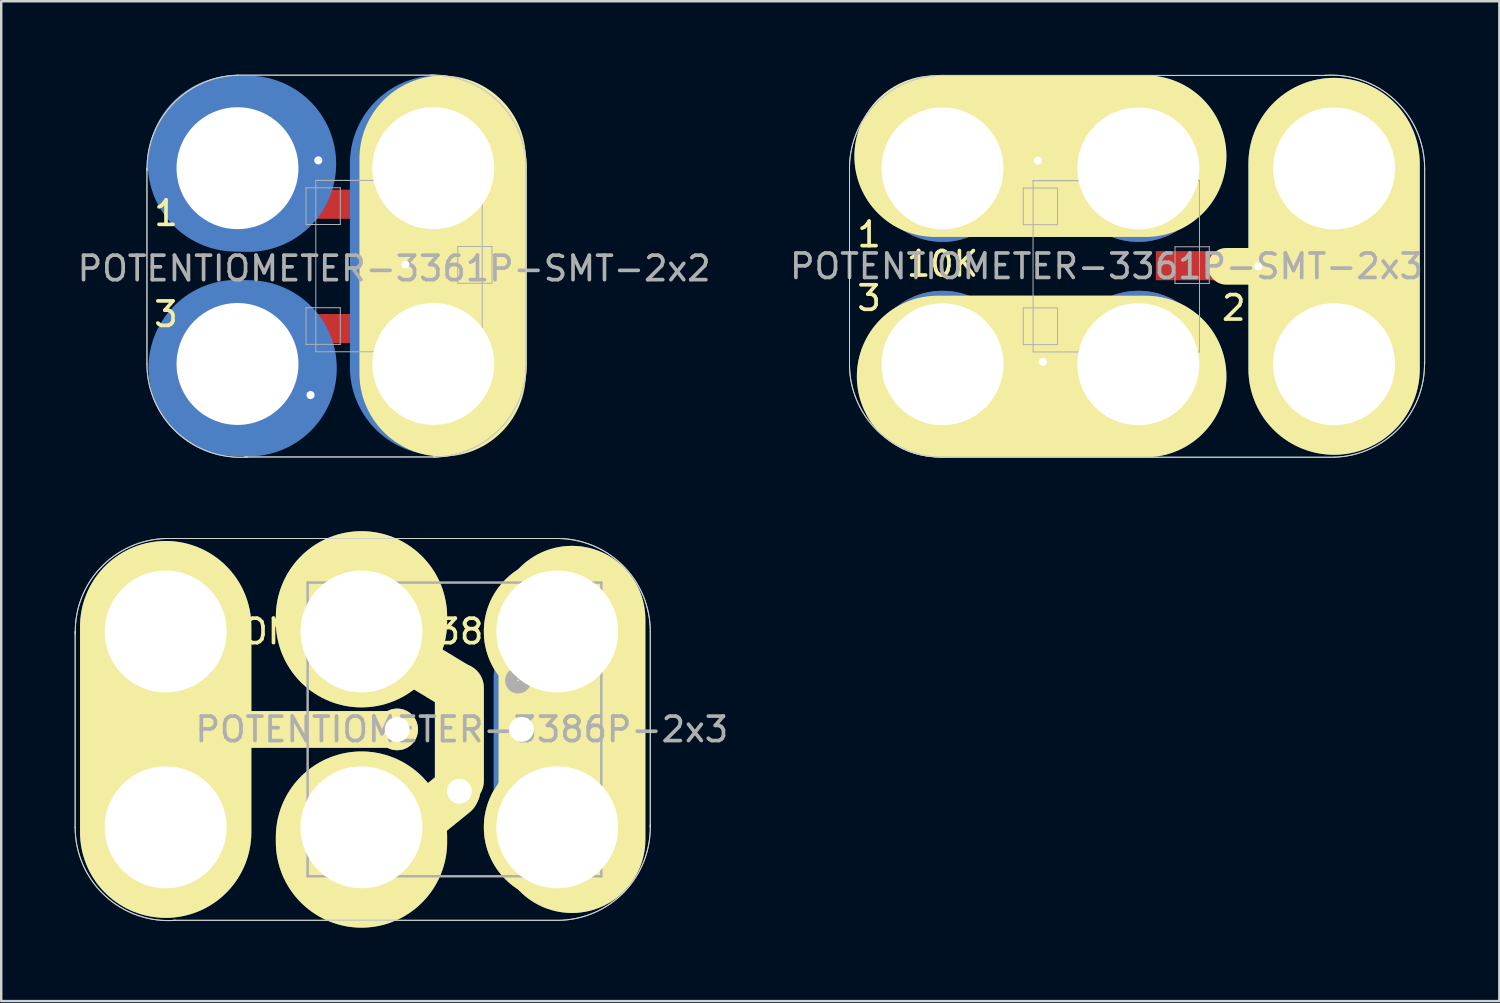
<source format=kicad_pcb>
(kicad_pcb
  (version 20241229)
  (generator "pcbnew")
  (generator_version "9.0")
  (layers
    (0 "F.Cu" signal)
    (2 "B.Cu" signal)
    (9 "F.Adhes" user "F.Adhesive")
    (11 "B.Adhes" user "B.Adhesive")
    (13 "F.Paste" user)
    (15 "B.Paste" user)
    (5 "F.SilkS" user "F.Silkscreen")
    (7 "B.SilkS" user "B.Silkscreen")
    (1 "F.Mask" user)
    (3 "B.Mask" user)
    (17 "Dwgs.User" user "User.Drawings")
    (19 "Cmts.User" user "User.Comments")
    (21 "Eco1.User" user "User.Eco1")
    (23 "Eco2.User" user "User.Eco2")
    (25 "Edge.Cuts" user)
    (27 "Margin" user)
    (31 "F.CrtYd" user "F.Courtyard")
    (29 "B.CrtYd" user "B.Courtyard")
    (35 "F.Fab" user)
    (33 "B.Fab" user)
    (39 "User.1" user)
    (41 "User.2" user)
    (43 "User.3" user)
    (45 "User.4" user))
  (footprint "POTENTIOMETER-3361P-SMT-2x3"
    (layer "F.Cu")
    (at 35.461 11.832)
    (property "Reference" "POTENTIOMETER-3361P-SMT-2x3" (at 6.7 -4 180) (layer "F.Fab") (effects (font (size 1 1) (thickness 0.15))))
    (attr through_hole)
    (fp_line (start 3.9 -8.3) (end 3.9 -7) (stroke (width 0.5) (type solid)) (layer "F.Cu"))
    (fp_line (start 4.1 -0.1) (end 4.1 -1.4) (stroke (width 0.5) (type solid)) (layer "F.Cu"))
    (fp_line (start 12.9 -4) (end 11.6 -4) (stroke (width 0.5) (type solid)) (layer "F.Cu"))
    (fp_line (start 8.3 -8.5) (end -0.3 -8.5) (stroke (width 6.6) (type solid)) (layer "B.Cu"))
    (fp_line (start 8.3 0.5) (end -0.2 0.5) (stroke (width 6.6) (type solid)) (layer "B.Cu"))
    (fp_line (start 16 -8.2) (end 16 0.2) (stroke (width 7) (type solid)) (layer "B.Cu"))
    (fp_line (start 8.3 -8.5) (end -0.3 -8.5) (stroke (width 6.6) (type solid)) (layer "B.Mask"))
    (fp_line (start 8.3 0.5) (end -0.2 0.5) (stroke (width 6.6) (type solid)) (layer "B.Mask"))
    (fp_line (start 16 -8.2) (end 16 0.2) (stroke (width 7) (type solid)) (layer "B.Mask"))
    (fp_line (start 8.3 -8.5) (end -0.3 -8.5) (stroke (width 6.6) (type solid)) (layer "F.SilkS"))
    (fp_line (start 8.3 0.5) (end -0.2 0.5) (stroke (width 6.6) (type solid)) (layer "F.SilkS"))
    (fp_line (start 11.6 -4) (end 16 -4) (stroke (width 1.5) (type solid)) (layer "F.SilkS"))
    (fp_line (start 16 -8.2) (end 16 0.2) (stroke (width 7) (type solid)) (layer "F.SilkS"))
    (fp_line (start -3.8 0) (end -3.8 -8) (stroke (width 0.041) (type solid)) (layer "Edge.Cuts"))
    (fp_line (start 0 -11.8) (end 15.7 -11.8) (stroke (width 0.041) (type solid)) (layer "Edge.Cuts"))
    (fp_line (start 0 3.8) (end 16 3.8) (stroke (width 0.041) (type solid)) (layer "Edge.Cuts"))
    (fp_line (start 19.7 0) (end 19.7 -8) (stroke (width 0.041) (type solid)) (layer "Edge.Cuts"))
    (fp_arc (start -3.8 -7.9) (mid -2.723062 -10.652345) (end 0 -11.801316) (stroke (width 0.04064) (type solid)) (layer "Edge.Cuts"))
    (fp_arc (start 0.1 3.8) (mid -2.652345 2.723062) (end -3.801316 0) (stroke (width 0.04064) (type solid)) (layer "Edge.Cuts"))
    (fp_arc (start 15.588176 -11.8) (mid 18.475303 -10.799424) (end 19.7 -8) (stroke (width 0.04064) (type solid)) (layer "Edge.Cuts"))
    (fp_arc (start 19.693368 -0.09982) (mid 18.653367 2.614068) (end 16 3.8) (stroke (width 0.04064) (type solid)) (layer "Edge.Cuts"))
    (fp_line (start -3.8 0) (end -3.8 -8) (stroke (width 0.041) (type solid)) (layer "F.Fab"))
    (fp_line (start 0 -11.8) (end 15.7 -11.8) (stroke (width 0.041) (type solid)) (layer "F.Fab"))
    (fp_line (start 0 3.8) (end 16 3.8) (stroke (width 0.041) (type solid)) (layer "F.Fab"))
    (fp_line (start 3.3 -7.2) (end 4.7 -7.2) (stroke (width 0.041) (type solid)) (layer "F.Fab"))
    (fp_line (start 3.3 -5.7) (end 3.3 -7.2) (stroke (width 0.041) (type solid)) (layer "F.Fab"))
    (fp_line (start 3.3 -2.3) (end 4.7 -2.3) (stroke (width 0.041) (type solid)) (layer "F.Fab"))
    (fp_line (start 3.3 -0.8) (end 3.3 -2.3) (stroke (width 0.041) (type solid)) (layer "F.Fab"))
    (fp_line (start 3.7 -7.5) (end 10.5 -7.5) (stroke (width 0.041) (type solid)) (layer "F.Fab"))
    (fp_line (start 3.7 -7.5) (end 10.5 -7.5) (stroke (width 0.041) (type solid)) (layer "F.Fab"))
    (fp_line (start 3.7 -0.5) (end 3.7 -7.5) (stroke (width 0.041) (type solid)) (layer "F.Fab"))
    (fp_line (start 4.7 -7.2) (end 4.7 -5.7) (stroke (width 0.041) (type solid)) (layer "F.Fab"))
    (fp_line (start 4.7 -5.7) (end 3.3 -5.7) (stroke (width 0.041) (type solid)) (layer "F.Fab"))
    (fp_line (start 4.7 -2.3) (end 4.7 -0.8) (stroke (width 0.041) (type solid)) (layer "F.Fab"))
    (fp_line (start 4.7 -0.8) (end 3.3 -0.8) (stroke (width 0.041) (type solid)) (layer "F.Fab"))
    (fp_line (start 9.5 -4.8) (end 10.9 -4.8) (stroke (width 0.041) (type solid)) (layer "F.Fab"))
    (fp_line (start 9.5 -3.3) (end 9.5 -4.8) (stroke (width 0.041) (type solid)) (layer "F.Fab"))
    (fp_line (start 10.5 -7.5) (end 10.5 -0.5) (stroke (width 0.041) (type solid)) (layer "F.Fab"))
    (fp_line (start 10.5 -0.5) (end 3.7 -0.5) (stroke (width 0.041) (type solid)) (layer "F.Fab"))
    (fp_line (start 10.9 -4.8) (end 10.9 -3.3) (stroke (width 0.041) (type solid)) (layer "F.Fab"))
    (fp_line (start 10.9 -3.3) (end 9.5 -3.3) (stroke (width 0.041) (type solid)) (layer "F.Fab"))
    (fp_line (start 19.7 0) (end 19.7 -8) (stroke (width 0.041) (type solid)) (layer "F.Fab"))
    (fp_arc (start -3.8 -7.9) (mid -2.723062 -10.652345) (end 0 -11.801316) (stroke (width 0.04064) (type solid)) (layer "F.Fab"))
    (fp_arc (start 0.1 3.8) (mid -2.652345 2.723062) (end -3.801316 0) (stroke (width 0.04064) (type solid)) (layer "F.Fab"))
    (fp_arc (start 15.588176 -11.8) (mid 18.475303 -10.799424) (end 19.7 -8) (stroke (width 0.04064) (type solid)) (layer "F.Fab"))
    (fp_arc (start 19.693368 -0.09982) (mid 18.653367 2.614068) (end 16 3.8) (stroke (width 0.04064) (type solid)) (layer "F.Fab"))
    (fp_text user "3" (at -3 -2.7 180) (layer "F.SilkS") (effects (font (size 1 1) (thickness 0.15))))
    (fp_text user "1" (at -3 -5.3 180) (layer "F.SilkS") (effects (font (size 1 1) (thickness 0.15))))
    (fp_text user "2" (at 11.9 -2.3 0) (layer "F.SilkS") (effects (font (size 1 1) (thickness 0.15))))
    (fp_text user "10K" (at 0 -4.1 180) (layer "F.SilkS") (effects (font (size 1 1) (thickness 0.15))))
    (pad "" thru_hole circle (at 0 -8 180) (size 6 6) (drill 4.98) (layers "*.Cu" "B.Mask"))
    (pad "" thru_hole circle (at 0 0 180) (size 6 6) (drill 4.98) (layers "*.Cu" "B.Mask"))
    (pad "" thru_hole circle (at 3.902 -8.319) (size 0.686 0.686) (drill 0.33) (layers "*.Cu" "B.Mask"))
    (pad "" thru_hole circle (at 4.1 -0.1 180) (size 0.686 0.686) (drill 0.33) (layers "*.Cu" "B.Mask"))
    (pad "" thru_hole circle (at 8 -8 180) (size 6 6) (drill 4.98) (layers "*.Cu" "B.Mask"))
    (pad "" thru_hole circle (at 8 0 180) (size 6 6) (drill 4.98) (layers "*.Cu" "B.Mask"))
    (pad "" thru_hole circle (at 12.9 -4 180) (size 0.686 0.686) (drill 0.33) (layers "*.Cu" "B.Mask"))
    (pad "" thru_hole circle (at 16 -8 180) (size 6 6) (drill 4.98) (layers "*.Cu" "B.Mask"))
    (pad "" thru_hole circle (at 16 0 180) (size 6 6) (drill 4.98) (layers "*.Cu" "B.Mask"))
    (pad "1" smd rect (at 3.966 -6.527 270) (size 1.19 2.6) (layers "F.Cu" "F.Mask" "F.Paste"))
    (pad "2" smd rect (at 10.366 -4.027 270) (size 1.19 3.3) (layers "F.Cu" "F.Mask" "F.Paste"))
    (pad "3" smd rect (at 3.966 -1.446 270) (size 1.19 2.6) (layers "F.Cu" "F.Mask" "F.Paste")))
  (footprint "POTENTIOMETER-3361P-SMT-2x2"
    (layer "F.Cu")
    (at 6.654 11.822)
    (property "Reference" "POTENTIOMETER-3361P-SMT-2x2" (at 6.4 -3.9 0) (layer "F.Fab") (effects (font (size 1 1) (thickness 0.15))))
    (attr through_hole)
    (fp_line (start 2.985 -1.651) (end 2.984 1.371) (stroke (width 0.5) (type solid)) (layer "F.Cu"))
    (fp_line (start 3.302 -6.54) (end 3.302 -8.319) (stroke (width 0.5) (type solid)) (layer "F.Cu"))
    (fp_line (start 6.795 -4.064) (end 9.081 -4.064) (stroke (width 0.5) (type solid)) (layer "F.Cu"))
    (fp_line (start -0.064 -8.191) (end 0.432 -8.179) (stroke (width 7.2) (type solid)) (layer "B.Cu"))
    (fp_line (start -0.038 0.165) (end 0.457 0.178) (stroke (width 7.2) (type solid)) (layer "B.Cu"))
    (fp_line (start 2.985 -0.444) (end 2.985 0.509) (stroke (width 0.5) (type solid)) (layer "B.Cu"))
    (fp_line (start 7.939 0.318) (end 7.939 -8.445) (stroke (width 0.5) (type solid)) (layer "B.Cu"))
    (fp_line (start 8.193 0.127) (end 8.193 -8.191) (stroke (width 7.2) (type solid)) (layer "B.Cu"))
    (fp_line (start -0.064 -8.191) (end 0.406 -8.179) (stroke (width 7.2) (type solid)) (layer "B.Mask"))
    (fp_line (start -0.038 0.165) (end 0.432 0.178) (stroke (width 7.2) (type solid)) (layer "B.Mask"))
    (fp_line (start 7.939 0.318) (end 7.939 -8.445) (stroke (width 0.5) (type solid)) (layer "B.Mask"))
    (fp_line (start 8.193 0.127) (end 8.193 -8.191) (stroke (width 7.2) (type solid)) (layer "B.Mask"))
    (fp_line (start 8.382 0.381) (end 8.382 -8.382) (stroke (width 6.8) (type solid)) (layer "F.SilkS"))
    (fp_line (start -3.7 -8) (end -3.7 0) (stroke (width 0.041) (type solid)) (layer "Edge.Cuts"))
    (fp_line (start 8 -11.8) (end 0 -11.8) (stroke (width 0.041) (type solid)) (layer "Edge.Cuts"))
    (fp_line (start 8.1 3.8) (end 0.3 3.8) (stroke (width 0.041) (type solid)) (layer "Edge.Cuts"))
    (fp_line (start 11.8 -8) (end 11.8 0) (stroke (width 0.041) (type solid)) (layer "Edge.Cuts"))
    (fp_arc (start -3.693368 -7.90018) (mid -2.653367 -10.614068) (end 0 -11.8) (stroke (width 0.04064) (type solid)) (layer "Edge.Cuts"))
    (fp_arc (start 0.411824 3.8) (mid -2.475303 2.799424) (end -3.7 0) (stroke (width 0.04064) (type solid)) (layer "Edge.Cuts"))
    (fp_arc (start 7.9 -11.8) (mid 10.652345 -10.723062) (end 11.801316 -8) (stroke (width 0.04064) (type solid)) (layer "Edge.Cuts"))
    (fp_arc (start 11.8 -0.1) (mid 10.723062 2.652345) (end 8 3.801316) (stroke (width 0.04064) (type solid)) (layer "Edge.Cuts"))
    (fp_line (start -3.7 -8) (end -3.7 0) (stroke (width 0.041) (type solid)) (layer "F.Fab"))
    (fp_line (start 2.8 -7.2) (end 4.2 -7.2) (stroke (width 0.041) (type solid)) (layer "F.Fab"))
    (fp_line (start 2.8 -5.7) (end 2.8 -7.2) (stroke (width 0.041) (type solid)) (layer "F.Fab"))
    (fp_line (start 2.8 -2.3) (end 4.2 -2.3) (stroke (width 0.041) (type solid)) (layer "F.Fab"))
    (fp_line (start 2.8 -0.8) (end 2.8 -2.3) (stroke (width 0.041) (type solid)) (layer "F.Fab"))
    (fp_line (start 3.2 -7.5) (end 10 -7.5) (stroke (width 0.041) (type solid)) (layer "F.Fab"))
    (fp_line (start 3.2 -7.5) (end 10 -7.5) (stroke (width 0.041) (type solid)) (layer "F.Fab"))
    (fp_line (start 3.2 -0.5) (end 3.2 -7.5) (stroke (width 0.041) (type solid)) (layer "F.Fab"))
    (fp_line (start 4.2 -7.2) (end 4.2 -5.7) (stroke (width 0.041) (type solid)) (layer "F.Fab"))
    (fp_line (start 4.2 -5.7) (end 2.8 -5.7) (stroke (width 0.041) (type solid)) (layer "F.Fab"))
    (fp_line (start 4.2 -2.3) (end 4.2 -0.8) (stroke (width 0.041) (type solid)) (layer "F.Fab"))
    (fp_line (start 4.2 -0.8) (end 2.8 -0.8) (stroke (width 0.041) (type solid)) (layer "F.Fab"))
    (fp_line (start 8.1 -11.8) (end 0 -11.8) (stroke (width 0.041) (type solid)) (layer "F.Fab"))
    (fp_line (start 8.2 3.8) (end 0.3 3.8) (stroke (width 0.041) (type solid)) (layer "F.Fab"))
    (fp_line (start 9 -4.8) (end 10.4 -4.8) (stroke (width 0.041) (type solid)) (layer "F.Fab"))
    (fp_line (start 9 -3.3) (end 9 -4.8) (stroke (width 0.041) (type solid)) (layer "F.Fab"))
    (fp_line (start 10 -7.5) (end 10 -0.5) (stroke (width 0.041) (type solid)) (layer "F.Fab"))
    (fp_line (start 10 -0.5) (end 3.2 -0.5) (stroke (width 0.041) (type solid)) (layer "F.Fab"))
    (fp_line (start 10.4 -4.8) (end 10.4 -3.3) (stroke (width 0.041) (type solid)) (layer "F.Fab"))
    (fp_line (start 10.4 -3.3) (end 9 -3.3) (stroke (width 0.041) (type solid)) (layer "F.Fab"))
    (fp_line (start 11.8 -8) (end 11.8 0) (stroke (width 0.041) (type solid)) (layer "F.Fab"))
    (fp_arc (start -3.693368 -7.90018) (mid -2.653367 -10.614068) (end 0 -11.8) (stroke (width 0.04064) (type solid)) (layer "F.Fab"))
    (fp_arc (start 0.411824 3.8) (mid -2.475303 2.799424) (end -3.7 0) (stroke (width 0.04064) (type solid)) (layer "F.Fab"))
    (fp_arc (start 7.9 -11.8) (mid 10.652345 -10.723062) (end 11.801316 -8) (stroke (width 0.04064) (type solid)) (layer "F.Fab"))
    (fp_arc (start 11.8 -0.1) (mid 10.723062 2.652345) (end 8 3.801316) (stroke (width 0.04064) (type solid)) (layer "F.Fab"))
    (fp_text user "3" (at -2.921 -2.032 0) (layer "F.SilkS") (effects (font (size 1 1) (thickness 0.15))))
    (fp_text user "1" (at -2.921 -6.16 0) (layer "F.SilkS") (effects (font (size 1 1) (thickness 0.15))))
    (pad "" np_thru_hole circle (at 0 -8) (size 4.98 4.98) (drill 4.98) (layers "*.Cu" "B.Mask"))
    (pad "" np_thru_hole circle (at 0 0) (size 4.98 4.98) (drill 4.98) (layers "*.Cu" "B.Mask"))
    (pad "" thru_hole circle (at 2.985 1.27 180) (size 0.686 0.686) (drill 0.33) (layers "*.Cu" "B.Mask"))
    (pad "" thru_hole circle (at 3.302 -8.319) (size 0.686 0.686) (drill 0.33) (layers "*.Cu" "B.Mask"))
    (pad "" thru_hole circle (at 6.858 -4.064 180) (size 0.686 0.686) (drill 0.33) (layers "*.Cu" "B.Mask"))
    (pad "" np_thru_hole circle (at 8 -8) (size 4.98 4.98) (drill 4.98) (layers "*.Cu" "B.Mask"))
    (pad "" np_thru_hole circle (at 8 0) (size 4.98 4.98) (drill 4.98) (layers "*.Cu" "B.Mask"))
    (pad "1" smd rect (at 3.365 -6.527 270) (size 1.19 3.3) (layers "F.Cu" "F.Mask" "F.Paste"))
    (pad "2" smd rect (at 9.765 -4.027 270) (size 1.19 3.3) (layers "F.Cu" "F.Mask" "F.Paste"))
    (pad "3" smd rect (at 3.365 -1.446 270) (size 1.19 3.3) (layers "F.Cu" "F.Mask" "F.Paste")))
  (footprint "POTENTIOMETER-3386P-2x3"
    (layer "F.Cu")
    (at 3.72 30.754)
    (property "Reference" "POTENTIOMETER-3386P-2x3" (at 8 -8 0) (layer "F.SilkS") (effects (font (size 1 1) (thickness 0.15))))
    (attr through_hole)
    (fp_line (start 0 0.2) (end 0 -8.2) (stroke (width 7) (type solid)) (layer "B.Cu"))
    (fp_line (start 8 -8.4) (end 8 -8.6) (stroke (width 7) (type solid)) (layer "B.Cu"))
    (fp_line (start 8 0.4) (end 8 0.6) (stroke (width 7) (type solid)) (layer "B.Cu"))
    (fp_line (start 9.1 -4) (end 0 -4) (stroke (width 1.5) (type solid)) (layer "B.Cu"))
    (fp_line (start 11.8 -5.8) (end 8 -8.1) (stroke (width 2) (type solid)) (layer "B.Cu"))
    (fp_line (start 11.8 -1.4) (end 8.1 1.6) (stroke (width 2) (type solid)) (layer "B.Cu"))
    (fp_line (start 12 -1.9) (end 12 -5.7) (stroke (width 2) (type solid)) (layer "B.Cu"))
    (fp_line (start 14.4 -1.6) (end 14.4 -6.2) (stroke (width 2) (type solid)) (layer "B.Cu"))
    (fp_line (start 16.6 -8.5) (end 16.6 0.5) (stroke (width 6) (type solid)) (layer "B.Cu"))
    (fp_line (start 0 0.2) (end 0 -8.2) (stroke (width 7) (type solid)) (layer "B.Mask"))
    (fp_line (start 8 -8.4) (end 8 -8.6) (stroke (width 7) (type solid)) (layer "B.Mask"))
    (fp_line (start 8 0.4) (end 8 0.6) (stroke (width 7) (type solid)) (layer "B.Mask"))
    (fp_line (start 9.1 -4) (end 0 -4) (stroke (width 1.5) (type solid)) (layer "B.Mask"))
    (fp_line (start 11.8 -5.8) (end 8 -8.1) (stroke (width 2) (type solid)) (layer "B.Mask"))
    (fp_line (start 11.8 -1.4) (end 8.1 1.6) (stroke (width 2) (type solid)) (layer "B.Mask"))
    (fp_line (start 12 -1.9) (end 12 -5.7) (stroke (width 2) (type solid)) (layer "B.Mask"))
    (fp_line (start 14.4 -1.6) (end 14.4 -6.2) (stroke (width 2) (type solid)) (layer "B.Mask"))
    (fp_line (start 16.6 -8.5) (end 16.6 0.5) (stroke (width 6) (type solid)) (layer "B.Mask"))
    (fp_line (start 0 0.2) (end 0 -8.2) (stroke (width 7) (type solid)) (layer "F.SilkS"))
    (fp_line (start 8 -8.4) (end 8 -8.6) (stroke (width 7) (type solid)) (layer "F.SilkS"))
    (fp_line (start 8 0.4) (end 8 0.6) (stroke (width 7) (type solid)) (layer "F.SilkS"))
    (fp_line (start 9.2 -4) (end 0 -4) (stroke (width 1.5) (type solid)) (layer "F.SilkS"))
    (fp_line (start 11.8 -5.8) (end 8 -8.1) (stroke (width 2) (type solid)) (layer "F.SilkS"))
    (fp_line (start 11.8 -1.4) (end 8.1 1.6) (stroke (width 2) (type solid)) (layer "F.SilkS"))
    (fp_line (start 12 -1.9) (end 12 -5.7) (stroke (width 2) (type solid)) (layer "F.SilkS"))
    (fp_line (start 16.6 -8.5) (end 16.6 0.5) (stroke (width 6) (type solid)) (layer "F.SilkS"))
    (fp_line (start -3.7 -8) (end -3.7 0) (stroke (width 0.041) (type solid)) (layer "Edge.Cuts"))
    (fp_line (start 16 -11.8) (end 0 -11.8) (stroke (width 0.041) (type solid)) (layer "Edge.Cuts"))
    (fp_line (start 16 3.8) (end 0.3 3.8) (stroke (width 0.041) (type solid)) (layer "Edge.Cuts"))
    (fp_line (start 19.8 -8) (end 19.8 0) (stroke (width 0.041) (type solid)) (layer "Edge.Cuts"))
    (fp_arc (start -3.693368 -7.90018) (mid -2.653367 -10.614068) (end 0 -11.8) (stroke (width 0.04064) (type solid)) (layer "Edge.Cuts"))
    (fp_arc (start 0.411824 3.8) (mid -2.475303 2.799424) (end -3.7 0) (stroke (width 0.04064) (type solid)) (layer "Edge.Cuts"))
    (fp_arc (start 15.9 -11.8) (mid 18.652345 -10.723062) (end 19.801316 -8) (stroke (width 0.04064) (type solid)) (layer "Edge.Cuts"))
    (fp_arc (start 19.8 -0.1) (mid 18.723062 2.652345) (end 16 3.801316) (stroke (width 0.04064) (type solid)) (layer "Edge.Cuts"))
    (fp_line (start -3.7 -8) (end -3.7 0) (stroke (width 0.041) (type solid)) (layer "F.Fab"))
    (fp_line (start 5.8 -10) (end 17.8 -10) (stroke (width 0.1) (type solid)) (layer "F.Fab"))
    (fp_line (start 5.8 2) (end 5.8 -10) (stroke (width 0.1) (type solid)) (layer "F.Fab"))
    (fp_line (start 5.8 2) (end 17.8 2) (stroke (width 0.1) (type solid)) (layer "F.Fab"))
    (fp_line (start 16 -11.8) (end 0 -11.8) (stroke (width 0.041) (type solid)) (layer "F.Fab"))
    (fp_line (start 16 3.8) (end 0.3 3.8) (stroke (width 0.041) (type solid)) (layer "F.Fab"))
    (fp_line (start 17.8 2) (end 17.8 -10) (stroke (width 0.1) (type solid)) (layer "F.Fab"))
    (fp_line (start 19.8 -8) (end 19.8 0) (stroke (width 0.041) (type solid)) (layer "F.Fab"))
    (fp_arc (start -3.693368 -7.90018) (mid -2.653367 -10.614068) (end 0 -11.8) (stroke (width 0.04064) (type solid)) (layer "F.Fab"))
    (fp_arc (start 0.411824 3.8) (mid -2.475303 2.799424) (end -3.7 0) (stroke (width 0.04064) (type solid)) (layer "F.Fab"))
    (fp_arc (start 15.9 -11.8) (mid 18.652345 -10.723062) (end 19.801316 -8) (stroke (width 0.04064) (type solid)) (layer "F.Fab"))
    (fp_arc (start 19.8 -0.1) (mid 18.723062 2.652345) (end 16 3.801316) (stroke (width 0.04064) (type solid)) (layer "F.Fab"))
    (fp_circle (center 14.4 -6) (end 14.6 -5.8) (stroke (width 0.5) (type solid)) (fill no) (layer "F.Fab"))
    (fp_text user "${REFERENCE}" (at 12.1 -4 0) (layer "F.Fab") (effects (font (size 1 1) (thickness 0.15))))
    (pad "1" thru_hole circle (at 14.54 -4 270) (size 1.7 1.7) (drill 1.016) (layers "*.Cu" "*.Mask" "F.SilkS"))
    (pad "1" thru_hole circle (at 16 -8) (size 6 6) (drill 4.98) (layers "*.Cu" "*.Mask" "F.SilkS"))
    (pad "1" thru_hole circle (at 16 0) (size 6 6) (drill 4.98) (layers "*.Cu" "*.Mask" "F.SilkS"))
    (pad "2" thru_hole circle (at 8 -8) (size 6 6) (drill 4.98) (layers "*.Cu" "*.Mask" "F.SilkS"))
    (pad "2" thru_hole circle (at 8 0) (size 6 6) (drill 4.98) (layers "*.Cu" "*.Mask" "F.SilkS"))
    (pad "2" thru_hole circle (at 12 -1.472 270) (size 1.7 1.7) (drill 1.016) (layers "*.Cu" "*.Mask" "F.SilkS"))
    (pad "3" thru_hole circle (at 0 -8) (size 6 6) (drill 4.98) (layers "*.Cu" "*.Mask" "F.SilkS"))
    (pad "3" thru_hole circle (at 0 0) (size 6 6) (drill 4.98) (layers "*.Cu" "*.Mask" "F.SilkS"))
    (pad "3" thru_hole circle (at 9.46 -4 270) (size 1.7 1.7) (drill 1.016) (layers "*.Cu" "*.Mask" "F.SilkS")))
  (gr_rect
    (start -3 -3)
    (end 58.214 37.854)
    (stroke (width 0.1) (type default))
    (fill no)
    (layer "Edge.Cuts")))
</source>
